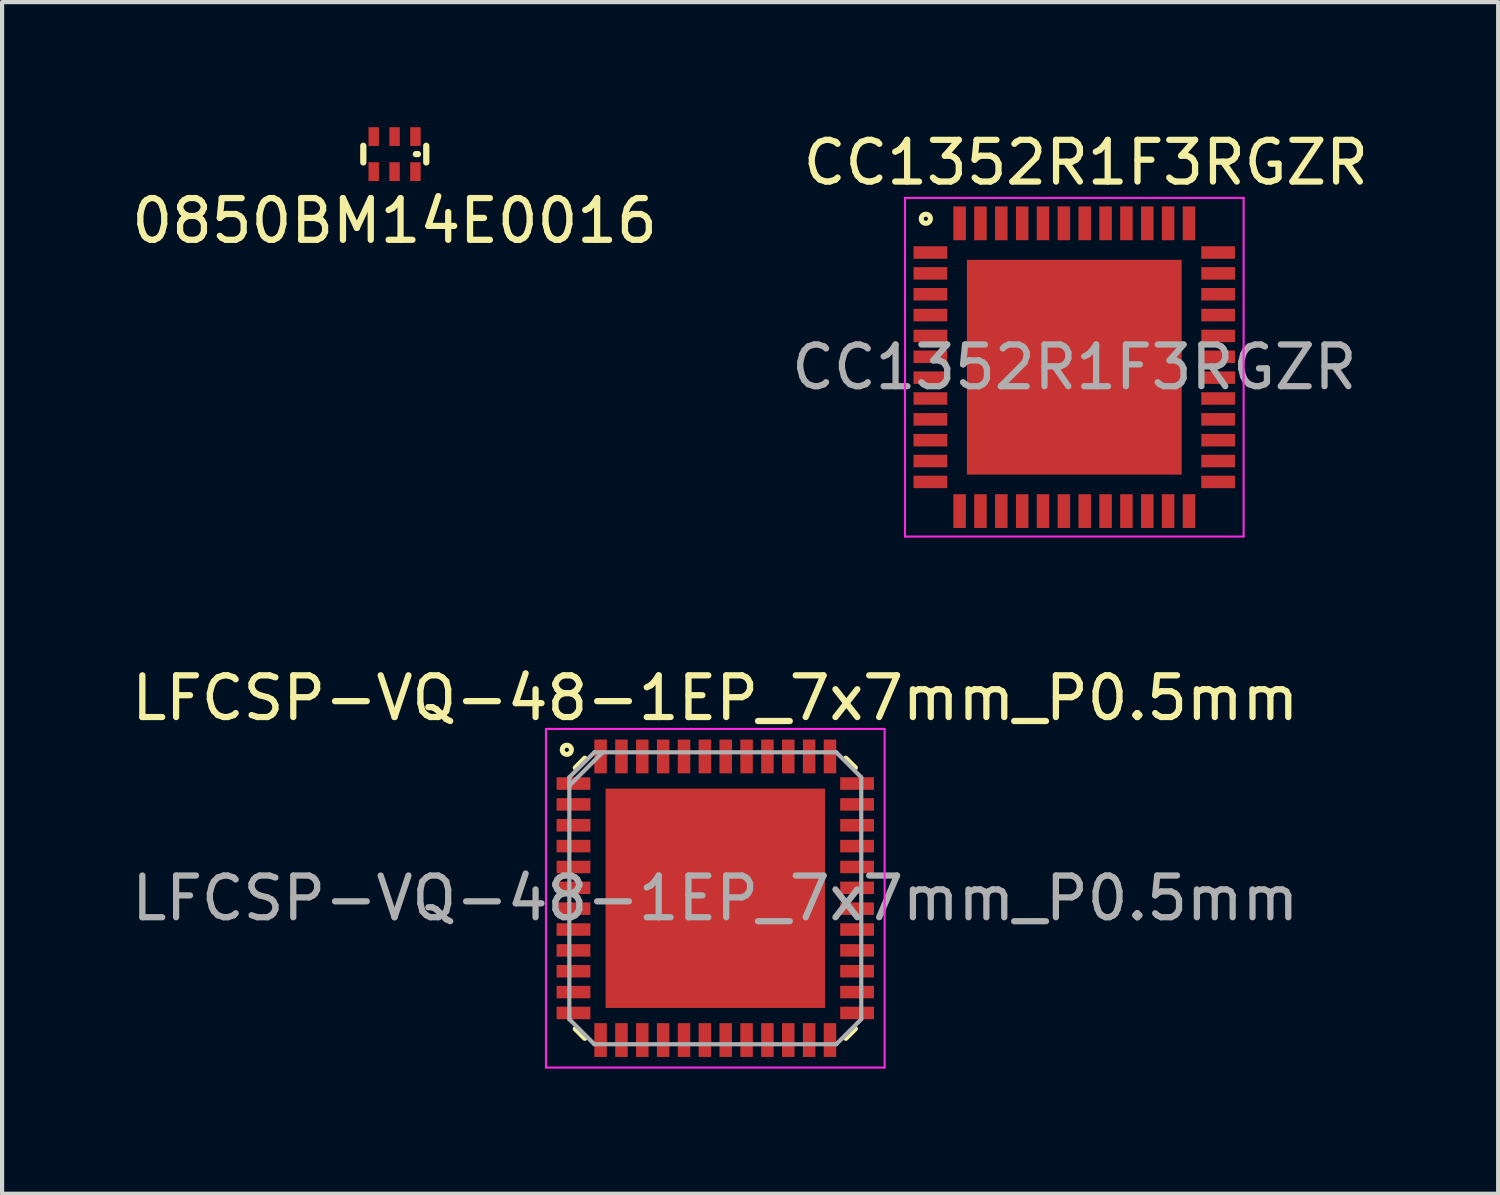
<source format=kicad_pcb>
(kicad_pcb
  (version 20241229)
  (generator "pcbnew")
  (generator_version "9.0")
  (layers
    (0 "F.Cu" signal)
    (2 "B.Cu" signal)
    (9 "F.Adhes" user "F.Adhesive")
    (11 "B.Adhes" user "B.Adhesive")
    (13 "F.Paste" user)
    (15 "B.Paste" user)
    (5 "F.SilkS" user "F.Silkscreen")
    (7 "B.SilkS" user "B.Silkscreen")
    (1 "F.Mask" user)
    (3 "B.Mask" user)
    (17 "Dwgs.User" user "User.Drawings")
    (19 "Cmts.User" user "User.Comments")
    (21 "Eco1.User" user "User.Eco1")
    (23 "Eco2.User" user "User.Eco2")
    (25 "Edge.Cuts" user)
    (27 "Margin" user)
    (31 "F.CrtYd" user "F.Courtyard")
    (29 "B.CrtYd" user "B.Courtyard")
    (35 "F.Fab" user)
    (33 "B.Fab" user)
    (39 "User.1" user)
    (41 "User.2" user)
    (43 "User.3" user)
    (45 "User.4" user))
  (footprint "LFCSP-VQ-48-1EP_7x7mm_P0.5mm"
    (layer "F.Cu")
    (at 14.101 18.488)
    (property "Reference" "LFCSP-VQ-48-1EP_7x7mm_P0.5mm" (at 0 -4.8 0) (layer "F.SilkS") (effects (font (size 1 1) (thickness 0.15))))
    (attr smd)
    (fp_line (start -3.13 -3.36) (end -3.36 -3.13) (stroke (width 0.12) (type solid)) (layer "F.SilkS"))
    (fp_line (start -3.13 3.36) (end -3.36 3.13) (stroke (width 0.12) (type solid)) (layer "F.SilkS"))
    (fp_line (start 3.13 -3.36) (end 3.36 -3.13) (stroke (width 0.12) (type solid)) (layer "F.SilkS"))
    (fp_line (start 3.13 3.36) (end 3.36 3.13) (stroke (width 0.12) (type solid)) (layer "F.SilkS"))
    (fp_circle (center -3.56 -3.56) (end -3.51 -3.56) (stroke (width 0.12) (type solid)) (fill no) (layer "F.SilkS"))
    (fp_line (start -4.06 -4.06) (end 4.06 -4.06) (stroke (width 0.05) (type solid)) (layer "F.CrtYd"))
    (fp_line (start -4.06 4.06) (end -4.06 -4.06) (stroke (width 0.05) (type solid)) (layer "F.CrtYd"))
    (fp_line (start 4.06 -4.06) (end 4.06 4.06) (stroke (width 0.05) (type solid)) (layer "F.CrtYd"))
    (fp_line (start 4.06 4.06) (end -4.06 4.06) (stroke (width 0.05) (type solid)) (layer "F.CrtYd"))
    (fp_line (start -3.5 -2.9) (end -2.9 -3.5) (stroke (width 0.1) (type solid)) (layer "F.Fab"))
    (fp_line (start -3.5 -2.7) (end -2.7 -3.5) (stroke (width 0.1) (type solid)) (layer "F.Fab"))
    (fp_line (start -3.5 2.9) (end -3.5 -2.9) (stroke (width 0.1) (type solid)) (layer "F.Fab"))
    (fp_line (start -2.9 -3.5) (end 2.9 -3.5) (stroke (width 0.1) (type solid)) (layer "F.Fab"))
    (fp_line (start -2.9 3.5) (end -3.5 2.9) (stroke (width 0.1) (type solid)) (layer "F.Fab"))
    (fp_line (start 2.9 -3.5) (end 3.5 -2.9) (stroke (width 0.1) (type solid)) (layer "F.Fab"))
    (fp_line (start 2.9 3.5) (end -2.9 3.5) (stroke (width 0.1) (type solid)) (layer "F.Fab"))
    (fp_line (start 2.9 3.5) (end 3.5 2.9) (stroke (width 0.1) (type solid)) (layer "F.Fab"))
    (fp_line (start 3.5 -2.9) (end 3.5 2.9) (stroke (width 0.1) (type solid)) (layer "F.Fab"))
    (fp_text user "${REFERENCE}" (at 0 0 0) (layer "F.Fab") (effects (font (size 1 1) (thickness 0.15))))
    (pad "1" smd rect (at -3.4 -2.75) (size 0.81 0.3) (layers "F.Cu" "F.Mask" "F.Paste"))
    (pad "2" smd rect (at -3.4 -2.25) (size 0.81 0.3) (layers "F.Cu" "F.Mask" "F.Paste"))
    (pad "3" smd rect (at -3.4 -1.75) (size 0.81 0.3) (layers "F.Cu" "F.Mask" "F.Paste"))
    (pad "4" smd rect (at -3.4 -1.25) (size 0.81 0.3) (layers "F.Cu" "F.Mask" "F.Paste"))
    (pad "5" smd rect (at -3.4 -0.75) (size 0.81 0.3) (layers "F.Cu" "F.Mask" "F.Paste"))
    (pad "6" smd rect (at -3.4 -0.25) (size 0.81 0.3) (layers "F.Cu" "F.Mask" "F.Paste"))
    (pad "7" smd rect (at -3.4 0.25) (size 0.81 0.3) (layers "F.Cu" "F.Mask" "F.Paste"))
    (pad "8" smd rect (at -3.4 0.75) (size 0.81 0.3) (layers "F.Cu" "F.Mask" "F.Paste"))
    (pad "9" smd rect (at -3.4 1.25) (size 0.81 0.3) (layers "F.Cu" "F.Mask" "F.Paste"))
    (pad "10" smd rect (at -3.4 1.75) (size 0.81 0.3) (layers "F.Cu" "F.Mask" "F.Paste"))
    (pad "11" smd rect (at -3.4 2.25) (size 0.81 0.3) (layers "F.Cu" "F.Mask" "F.Paste"))
    (pad "12" smd rect (at -3.4 2.75) (size 0.81 0.3) (layers "F.Cu" "F.Mask" "F.Paste"))
    (pad "13" smd rect (at -2.75 3.4) (size 0.3 0.81) (layers "F.Cu" "F.Mask" "F.Paste"))
    (pad "14" smd rect (at -2.25 3.4) (size 0.3 0.81) (layers "F.Cu" "F.Mask" "F.Paste"))
    (pad "15" smd rect (at -1.75 3.4) (size 0.3 0.81) (layers "F.Cu" "F.Mask" "F.Paste"))
    (pad "16" smd rect (at -1.25 3.4) (size 0.3 0.81) (layers "F.Cu" "F.Mask" "F.Paste"))
    (pad "17" smd rect (at -0.75 3.4) (size 0.3 0.81) (layers "F.Cu" "F.Mask" "F.Paste"))
    (pad "18" smd rect (at -0.25 3.4) (size 0.3 0.81) (layers "F.Cu" "F.Mask" "F.Paste"))
    (pad "19" smd rect (at 0.25 3.4) (size 0.3 0.81) (layers "F.Cu" "F.Mask" "F.Paste"))
    (pad "20" smd rect (at 0.75 3.4) (size 0.3 0.81) (layers "F.Cu" "F.Mask" "F.Paste"))
    (pad "21" smd rect (at 1.25 3.4) (size 0.3 0.81) (layers "F.Cu" "F.Mask" "F.Paste"))
    (pad "22" smd rect (at 1.75 3.4) (size 0.3 0.81) (layers "F.Cu" "F.Mask" "F.Paste"))
    (pad "23" smd rect (at 2.25 3.4) (size 0.3 0.81) (layers "F.Cu" "F.Mask" "F.Paste"))
    (pad "24" smd rect (at 2.75 3.4) (size 0.3 0.81) (layers "F.Cu" "F.Mask" "F.Paste"))
    (pad "25" smd rect (at 3.4 2.75) (size 0.81 0.3) (layers "F.Cu" "F.Mask" "F.Paste"))
    (pad "26" smd rect (at 3.4 2.25) (size 0.81 0.3) (layers "F.Cu" "F.Mask" "F.Paste"))
    (pad "27" smd rect (at 3.4 1.75) (size 0.81 0.3) (layers "F.Cu" "F.Mask" "F.Paste"))
    (pad "28" smd rect (at 3.4 1.25) (size 0.81 0.3) (layers "F.Cu" "F.Mask" "F.Paste"))
    (pad "29" smd rect (at 3.4 0.75) (size 0.81 0.3) (layers "F.Cu" "F.Mask" "F.Paste"))
    (pad "30" smd rect (at 3.4 0.25) (size 0.81 0.3) (layers "F.Cu" "F.Mask" "F.Paste"))
    (pad "31" smd rect (at 3.4 -0.25) (size 0.81 0.3) (layers "F.Cu" "F.Mask" "F.Paste"))
    (pad "32" smd rect (at 3.4 -0.75) (size 0.81 0.3) (layers "F.Cu" "F.Mask" "F.Paste"))
    (pad "33" smd rect (at 3.4 -1.25) (size 0.81 0.3) (layers "F.Cu" "F.Mask" "F.Paste"))
    (pad "34" smd rect (at 3.4 -1.75) (size 0.81 0.3) (layers "F.Cu" "F.Mask" "F.Paste"))
    (pad "35" smd rect (at 3.4 -2.25) (size 0.81 0.3) (layers "F.Cu" "F.Mask" "F.Paste"))
    (pad "36" smd rect (at 3.4 -2.75) (size 0.81 0.3) (layers "F.Cu" "F.Mask" "F.Paste"))
    (pad "37" smd rect (at 2.75 -3.4) (size 0.3 0.81) (layers "F.Cu" "F.Mask" "F.Paste"))
    (pad "38" smd rect (at 2.25 -3.4) (size 0.3 0.81) (layers "F.Cu" "F.Mask" "F.Paste"))
    (pad "39" smd rect (at 1.75 -3.4) (size 0.3 0.81) (layers "F.Cu" "F.Mask" "F.Paste"))
    (pad "40" smd rect (at 1.25 -3.4) (size 0.3 0.81) (layers "F.Cu" "F.Mask" "F.Paste"))
    (pad "41" smd rect (at 0.75 -3.4) (size 0.3 0.81) (layers "F.Cu" "F.Mask" "F.Paste"))
    (pad "42" smd rect (at 0.25 -3.4) (size 0.3 0.81) (layers "F.Cu" "F.Mask" "F.Paste"))
    (pad "43" smd rect (at -0.25 -3.4) (size 0.3 0.81) (layers "F.Cu" "F.Mask" "F.Paste"))
    (pad "44" smd rect (at -0.75 -3.4) (size 0.3 0.81) (layers "F.Cu" "F.Mask" "F.Paste"))
    (pad "45" smd rect (at -1.25 -3.4) (size 0.3 0.81) (layers "F.Cu" "F.Mask" "F.Paste"))
    (pad "46" smd rect (at -1.75 -3.4) (size 0.3 0.81) (layers "F.Cu" "F.Mask" "F.Paste"))
    (pad "47" smd rect (at -2.25 -3.4) (size 0.3 0.81) (layers "F.Cu" "F.Mask" "F.Paste"))
    (pad "48" smd rect (at -2.75 -3.4) (size 0.3 0.81) (layers "F.Cu" "F.Mask" "F.Paste"))
    (pad "49" smd rect (at 0 0) (size 5.26 5.26) (layers "F.Cu" "F.Mask" "F.Paste")))
  (footprint "0850BM14E0016"
    (placed yes)
    (layer "F.Cu")
    (at 6.411 0.645)
    (property "Reference" "0850BM14E0016" (at 0 1.6 0) (layer "F.SilkS") (effects (font (size 1 1) (thickness 0.15))))
    (attr through_hole)
    (fp_line (start -0.75 0.2) (end -0.75 -0.2) (stroke (width 0.15) (type solid)) (layer "F.SilkS"))
    (fp_line (start 0.56 0) (end 0.51 0) (stroke (width 0.15) (type solid)) (layer "F.SilkS"))
    (fp_line (start 0.76 0.2) (end 0.76 -0.2) (stroke (width 0.15) (type solid)) (layer "F.SilkS"))
    (pad "1" smd rect (at 0.5 -0.42) (size 0.25 0.45) (layers "F.Cu" "F.Mask" "F.Paste"))
    (pad "2" smd rect (at 0 -0.42) (size 0.25 0.45) (layers "F.Cu" "F.Mask" "F.Paste"))
    (pad "3" smd rect (at -0.5 -0.42) (size 0.25 0.45) (layers "F.Cu" "F.Mask" "F.Paste"))
    (pad "4" smd rect (at -0.5 0.42) (size 0.25 0.45) (layers "F.Cu" "F.Mask" "F.Paste"))
    (pad "5" smd rect (at 0 0.42) (size 0.25 0.45) (layers "F.Cu" "F.Mask" "F.Paste"))
    (pad "6" smd rect (at 0.5 0.42) (size 0.25 0.45) (layers "F.Cu" "F.Mask" "F.Paste")))
  (footprint "CC1352R1F3RGZR"
    (layer "F.Cu")
    (at 23.006 5.708)
    (property "Reference" "CC1352R1F3RGZR" (at -0.02 -4.86 0) (layer "F.SilkS") (effects (font (size 1 1) (thickness 0.15))))
    (attr smd)
    (fp_circle (center -3.857 -3.513) (end -3.807 -3.513) (stroke (width 0.12) (type solid)) (fill no) (layer "F.SilkS"))
    (fp_line (start -4.357 -4.013) (end 3.763 -4.013) (stroke (width 0.05) (type solid)) (layer "F.CrtYd"))
    (fp_line (start -4.357 4.107) (end -4.357 -4.013) (stroke (width 0.05) (type solid)) (layer "F.CrtYd"))
    (fp_line (start 3.763 -4.013) (end 3.763 4.107) (stroke (width 0.05) (type solid)) (layer "F.CrtYd"))
    (fp_line (start 3.763 4.107) (end -4.357 4.107) (stroke (width 0.05) (type solid)) (layer "F.CrtYd"))
    (fp_text user "${REFERENCE}" (at -0.297 0.047 0) (layer "F.Fab") (effects (font (size 1 1) (thickness 0.15))))
    (pad "0" smd rect (at -0.297 0.047) (size 5.15 5.15) (layers "F.Cu" "F.Mask" "F.Paste"))
    (pad "1" smd rect (at -3.747 -2.703) (size 0.81 0.3) (layers "F.Cu" "F.Mask" "F.Paste"))
    (pad "2" smd rect (at -3.747 -2.203) (size 0.81 0.3) (layers "F.Cu" "F.Mask" "F.Paste"))
    (pad "3" smd rect (at -3.747 -1.703) (size 0.81 0.3) (layers "F.Cu" "F.Mask" "F.Paste"))
    (pad "4" smd rect (at -3.747 -1.203) (size 0.81 0.3) (layers "F.Cu" "F.Mask" "F.Paste"))
    (pad "5" smd rect (at -3.747 -0.703) (size 0.81 0.3) (layers "F.Cu" "F.Mask" "F.Paste"))
    (pad "6" smd rect (at -3.747 -0.203) (size 0.81 0.3) (layers "F.Cu" "F.Mask" "F.Paste"))
    (pad "7" smd rect (at -3.747 0.297) (size 0.81 0.3) (layers "F.Cu" "F.Mask" "F.Paste"))
    (pad "8" smd rect (at -3.747 0.797) (size 0.81 0.3) (layers "F.Cu" "F.Mask" "F.Paste"))
    (pad "9" smd rect (at -3.747 1.297) (size 0.81 0.3) (layers "F.Cu" "F.Mask" "F.Paste"))
    (pad "10" smd rect (at -3.747 1.797) (size 0.81 0.3) (layers "F.Cu" "F.Mask" "F.Paste"))
    (pad "11" smd rect (at -3.747 2.297) (size 0.81 0.3) (layers "F.Cu" "F.Mask" "F.Paste"))
    (pad "12" smd rect (at -3.747 2.797) (size 0.81 0.3) (layers "F.Cu" "F.Mask" "F.Paste"))
    (pad "13" smd rect (at -3.047 3.497) (size 0.3 0.81) (layers "F.Cu" "F.Mask" "F.Paste"))
    (pad "14" smd rect (at -2.547 3.497) (size 0.3 0.81) (layers "F.Cu" "F.Mask" "F.Paste"))
    (pad "15" smd rect (at -2.047 3.497) (size 0.3 0.81) (layers "F.Cu" "F.Mask" "F.Paste"))
    (pad "16" smd rect (at -1.547 3.497) (size 0.3 0.81) (layers "F.Cu" "F.Mask" "F.Paste"))
    (pad "17" smd rect (at -1.047 3.497) (size 0.3 0.81) (layers "F.Cu" "F.Mask" "F.Paste"))
    (pad "18" smd rect (at -0.547 3.497) (size 0.3 0.81) (layers "F.Cu" "F.Mask" "F.Paste"))
    (pad "19" smd rect (at -0.047 3.497) (size 0.3 0.81) (layers "F.Cu" "F.Mask" "F.Paste"))
    (pad "20" smd rect (at 0.453 3.497) (size 0.3 0.81) (layers "F.Cu" "F.Mask" "F.Paste"))
    (pad "21" smd rect (at 0.953 3.497) (size 0.3 0.81) (layers "F.Cu" "F.Mask" "F.Paste"))
    (pad "22" smd rect (at 1.453 3.497) (size 0.3 0.81) (layers "F.Cu" "F.Mask" "F.Paste"))
    (pad "23" smd rect (at 1.953 3.497) (size 0.3 0.81) (layers "F.Cu" "F.Mask" "F.Paste"))
    (pad "24" smd rect (at 2.453 3.497) (size 0.3 0.81) (layers "F.Cu" "F.Mask" "F.Paste"))
    (pad "25" smd rect (at 3.153 2.797) (size 0.81 0.3) (layers "F.Cu" "F.Mask" "F.Paste"))
    (pad "26" smd rect (at 3.153 2.297) (size 0.81 0.3) (layers "F.Cu" "F.Mask" "F.Paste"))
    (pad "27" smd rect (at 3.153 1.797) (size 0.81 0.3) (layers "F.Cu" "F.Mask" "F.Paste"))
    (pad "28" smd rect (at 3.153 1.297) (size 0.81 0.3) (layers "F.Cu" "F.Mask" "F.Paste"))
    (pad "29" smd rect (at 3.153 0.797) (size 0.81 0.3) (layers "F.Cu" "F.Mask" "F.Paste"))
    (pad "30" smd rect (at 3.153 0.297) (size 0.81 0.3) (layers "F.Cu" "F.Mask" "F.Paste"))
    (pad "31" smd rect (at 3.153 -0.203) (size 0.81 0.3) (layers "F.Cu" "F.Mask" "F.Paste"))
    (pad "32" smd rect (at 3.153 -0.703) (size 0.81 0.3) (layers "F.Cu" "F.Mask" "F.Paste"))
    (pad "33" smd rect (at 3.153 -1.203) (size 0.81 0.3) (layers "F.Cu" "F.Mask" "F.Paste"))
    (pad "34" smd rect (at 3.153 -1.703) (size 0.81 0.3) (layers "F.Cu" "F.Mask" "F.Paste"))
    (pad "35" smd rect (at 3.153 -2.203) (size 0.81 0.3) (layers "F.Cu" "F.Mask" "F.Paste"))
    (pad "36" smd rect (at 3.153 -2.703) (size 0.81 0.3) (layers "F.Cu" "F.Mask" "F.Paste"))
    (pad "37" smd rect (at 2.453 -3.403) (size 0.3 0.81) (layers "F.Cu" "F.Mask" "F.Paste"))
    (pad "38" smd rect (at 1.953 -3.403) (size 0.3 0.81) (layers "F.Cu" "F.Mask" "F.Paste"))
    (pad "39" smd rect (at 1.453 -3.403) (size 0.3 0.81) (layers "F.Cu" "F.Mask" "F.Paste"))
    (pad "40" smd rect (at 0.953 -3.403) (size 0.3 0.81) (layers "F.Cu" "F.Mask" "F.Paste"))
    (pad "41" smd rect (at 0.453 -3.403) (size 0.3 0.81) (layers "F.Cu" "F.Mask" "F.Paste"))
    (pad "42" smd rect (at -0.047 -3.403) (size 0.3 0.81) (layers "F.Cu" "F.Mask" "F.Paste"))
    (pad "43" smd rect (at -0.547 -3.403) (size 0.3 0.81) (layers "F.Cu" "F.Mask" "F.Paste"))
    (pad "44" smd rect (at -1.047 -3.403) (size 0.3 0.81) (layers "F.Cu" "F.Mask" "F.Paste"))
    (pad "45" smd rect (at -1.547 -3.403) (size 0.3 0.81) (layers "F.Cu" "F.Mask" "F.Paste"))
    (pad "46" smd rect (at -2.047 -3.403) (size 0.3 0.81) (layers "F.Cu" "F.Mask" "F.Paste"))
    (pad "47" smd rect (at -2.547 -3.403) (size 0.3 0.81) (layers "F.Cu" "F.Mask" "F.Paste"))
    (pad "48" smd rect (at -3.047 -3.403) (size 0.3 0.81) (layers "F.Cu" "F.Mask" "F.Paste")))
  (gr_rect
    (start -3 -3)
    (end 32.872 25.573)
    (stroke (width 0.1) (type default))
    (fill no)
    (layer "Edge.Cuts")))
</source>
